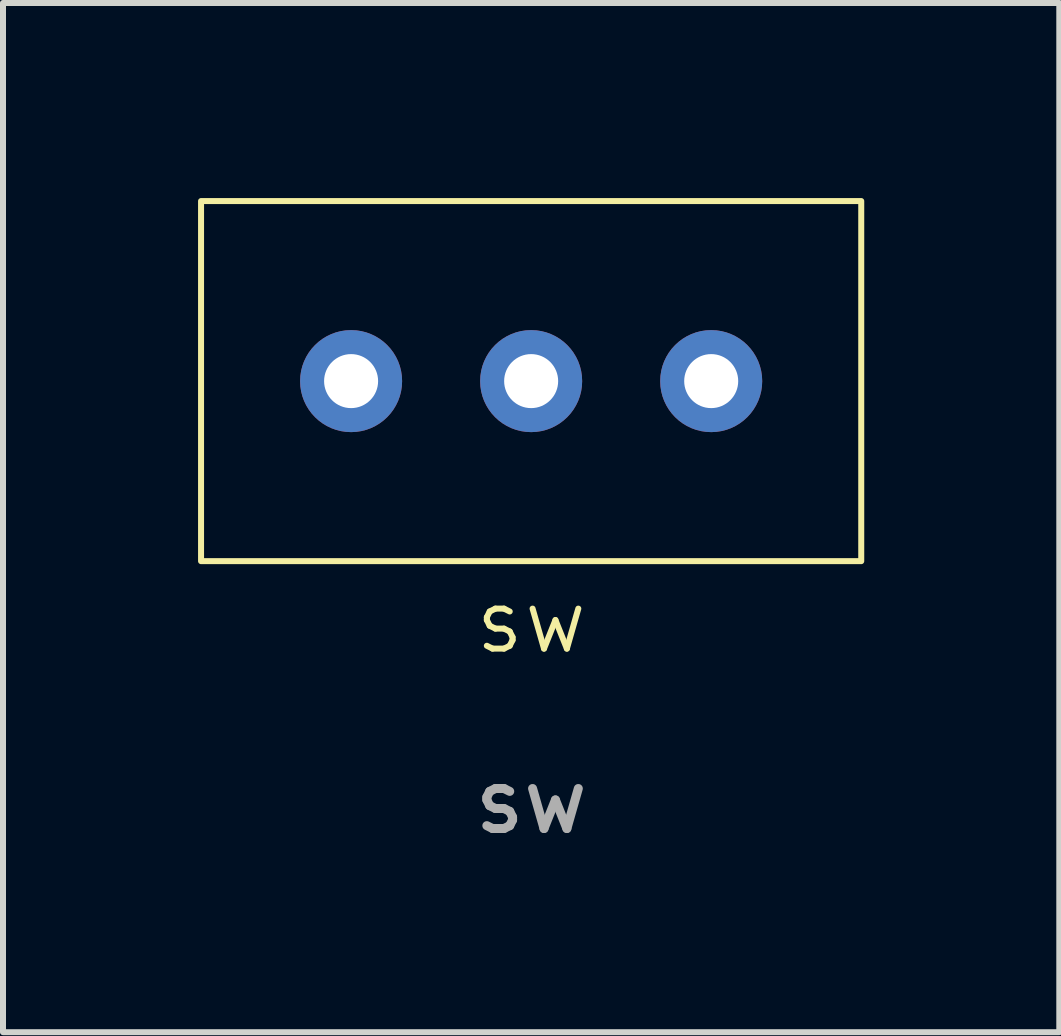
<source format=kicad_pcb>
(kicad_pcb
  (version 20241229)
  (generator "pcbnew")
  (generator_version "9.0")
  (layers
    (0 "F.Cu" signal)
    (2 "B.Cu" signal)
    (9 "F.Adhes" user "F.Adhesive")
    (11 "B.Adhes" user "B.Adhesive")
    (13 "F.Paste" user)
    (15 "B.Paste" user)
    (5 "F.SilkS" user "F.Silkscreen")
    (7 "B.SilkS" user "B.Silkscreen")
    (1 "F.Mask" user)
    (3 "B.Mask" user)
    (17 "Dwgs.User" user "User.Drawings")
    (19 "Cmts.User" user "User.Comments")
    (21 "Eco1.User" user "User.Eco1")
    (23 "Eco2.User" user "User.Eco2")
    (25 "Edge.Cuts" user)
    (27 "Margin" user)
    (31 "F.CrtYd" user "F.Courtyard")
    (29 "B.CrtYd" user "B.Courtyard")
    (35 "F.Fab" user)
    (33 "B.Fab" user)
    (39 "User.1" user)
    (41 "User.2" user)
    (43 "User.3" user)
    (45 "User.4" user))
  (footprint "sw"
    (layer "F.Cu")
    (at 5.8 3.3)
    (property "Reference" "sw" (at 0 4 0) (unlocked yes) (layer "F.SilkS") (effects (font (size 1 1) (thickness 0.1))))
    (attr through_hole)
    (fp_rect (start -5.5 -3) (end 5.5 3) (stroke (width 0.1) (type default)) (fill no) (layer "F.SilkS"))
    (fp_rect (start -5.75 -3.25) (end 5.75 3.25) (stroke (width 0.1) (type default)) (fill no) (layer "Margin"))
    (fp_text user "${REFERENCE}" (at 0 7 0) (unlocked yes) (layer "F.Fab") (effects (font (size 1 1) (thickness 0.15))))
    (pad "1" thru_hole circle (at -3 0) (size 1.7 1.7) (drill 0.9) (layers "*.Cu" "*.Mask"))
    (pad "2" thru_hole circle (at 0 0) (size 1.7 1.7) (drill 0.9) (layers "*.Cu" "*.Mask"))
    (pad "3" thru_hole circle (at 3 0) (size 1.7 1.7) (drill 0.9) (layers "*.Cu" "*.Mask")))
  (gr_rect
    (start -3 -3)
    (end 14.6 14.148)
    (stroke (width 0.1) (type default))
    (fill no)
    (layer "Edge.Cuts")))
</source>
